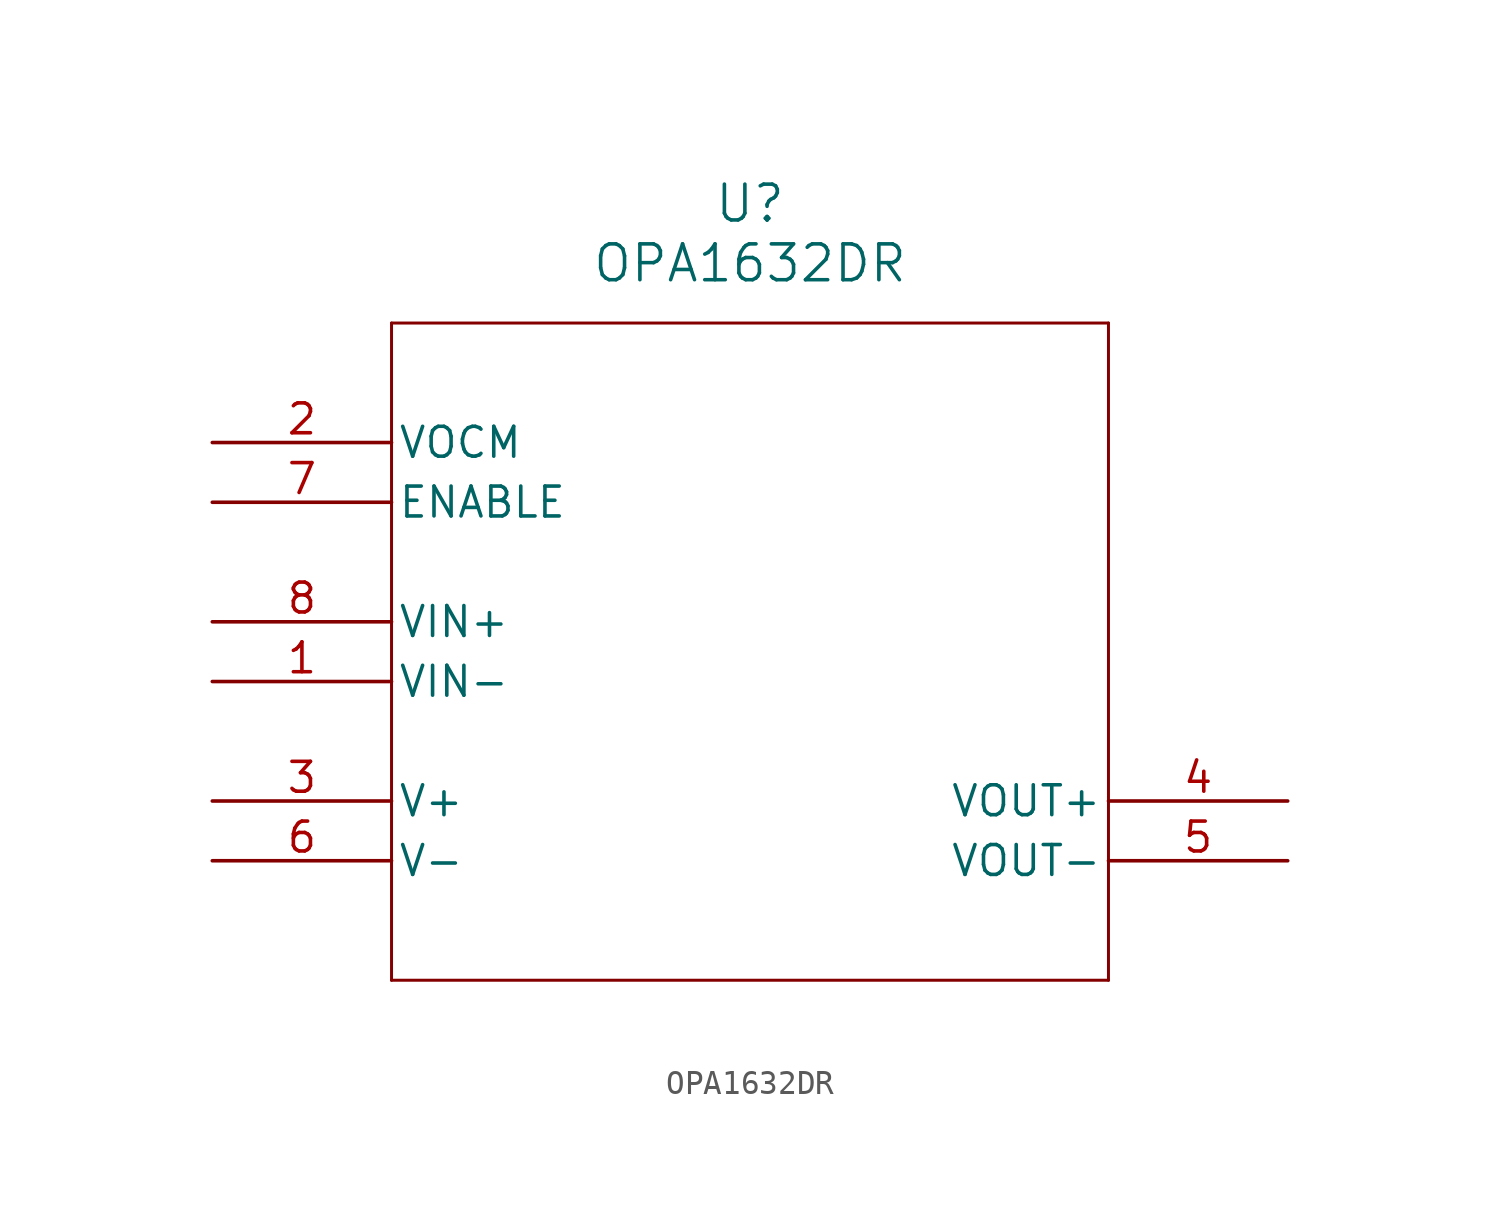
<source format=kicad_sym>
(kicad_symbol_lib
  (version 20220914)
  (generator kicad_symbol_editor)
  (symbol "OPA1632DR"
    (pin_names
      (offset 0.254))
    (property "Reference" "U"
      (at 22.86 10.16 0)
      (effects (font (size 1.524 1.524))))
    (property "Value" "OPA1632DR"
      (at 22.86 7.62 0)
      (effects (font (size 1.524 1.524))))
    (symbol "OPA1632DR_0_1"
      (polyline (pts (xy 7.62 -22.86) (xy 38.1 -22.86)) (stroke (width 0.127) (type default)) (fill (type none)))
      (polyline (pts (xy 7.62 5.08) (xy 7.62 -22.86)) (stroke (width 0.127) (type default)) (fill (type none)))
      (polyline (pts (xy 38.1 -22.86) (xy 38.1 5.08)) (stroke (width 0.127) (type default)) (fill (type none)))
      (polyline (pts (xy 38.1 5.08) (xy 7.62 5.08)) (stroke (width 0.127) (type default)) (fill (type none)))
      (pin input line (at 0 -10.16 0) (length 7.62) (name "VIN-" (effects (font (size 1.27 1.27)))) (number "1" (effects (font (size 1.27 1.27)))))
      (pin unspecified line (at 0 0 0) (length 7.62) (name "VOCM" (effects (font (size 1.27 1.27)))) (number "2" (effects (font (size 1.27 1.27)))))
      (pin power_in line (at 0 -15.24 0) (length 7.62) (name "V+" (effects (font (size 1.27 1.27)))) (number "3" (effects (font (size 1.27 1.27)))))
      (pin output line (at 45.72 -15.24 180) (length 7.62) (name "VOUT+" (effects (font (size 1.27 1.27)))) (number "4" (effects (font (size 1.27 1.27)))))
      (pin output line (at 45.72 -17.78 180) (length 7.62) (name "VOUT-" (effects (font (size 1.27 1.27)))) (number "5" (effects (font (size 1.27 1.27)))))
      (pin power_in line (at 0 -17.78 0) (length 7.62) (name "V-" (effects (font (size 1.27 1.27)))) (number "6" (effects (font (size 1.27 1.27)))))
      (pin unspecified line (at 0 -2.54 0) (length 7.62) (name "ENABLE" (effects (font (size 1.27 1.27)))) (number "7" (effects (font (size 1.27 1.27)))))
      (pin input line (at 0 -7.62 0) (length 7.62) (name "VIN+" (effects (font (size 1.27 1.27)))) (number "8" (effects (font (size 1.27 1.27))))))))
</source>
